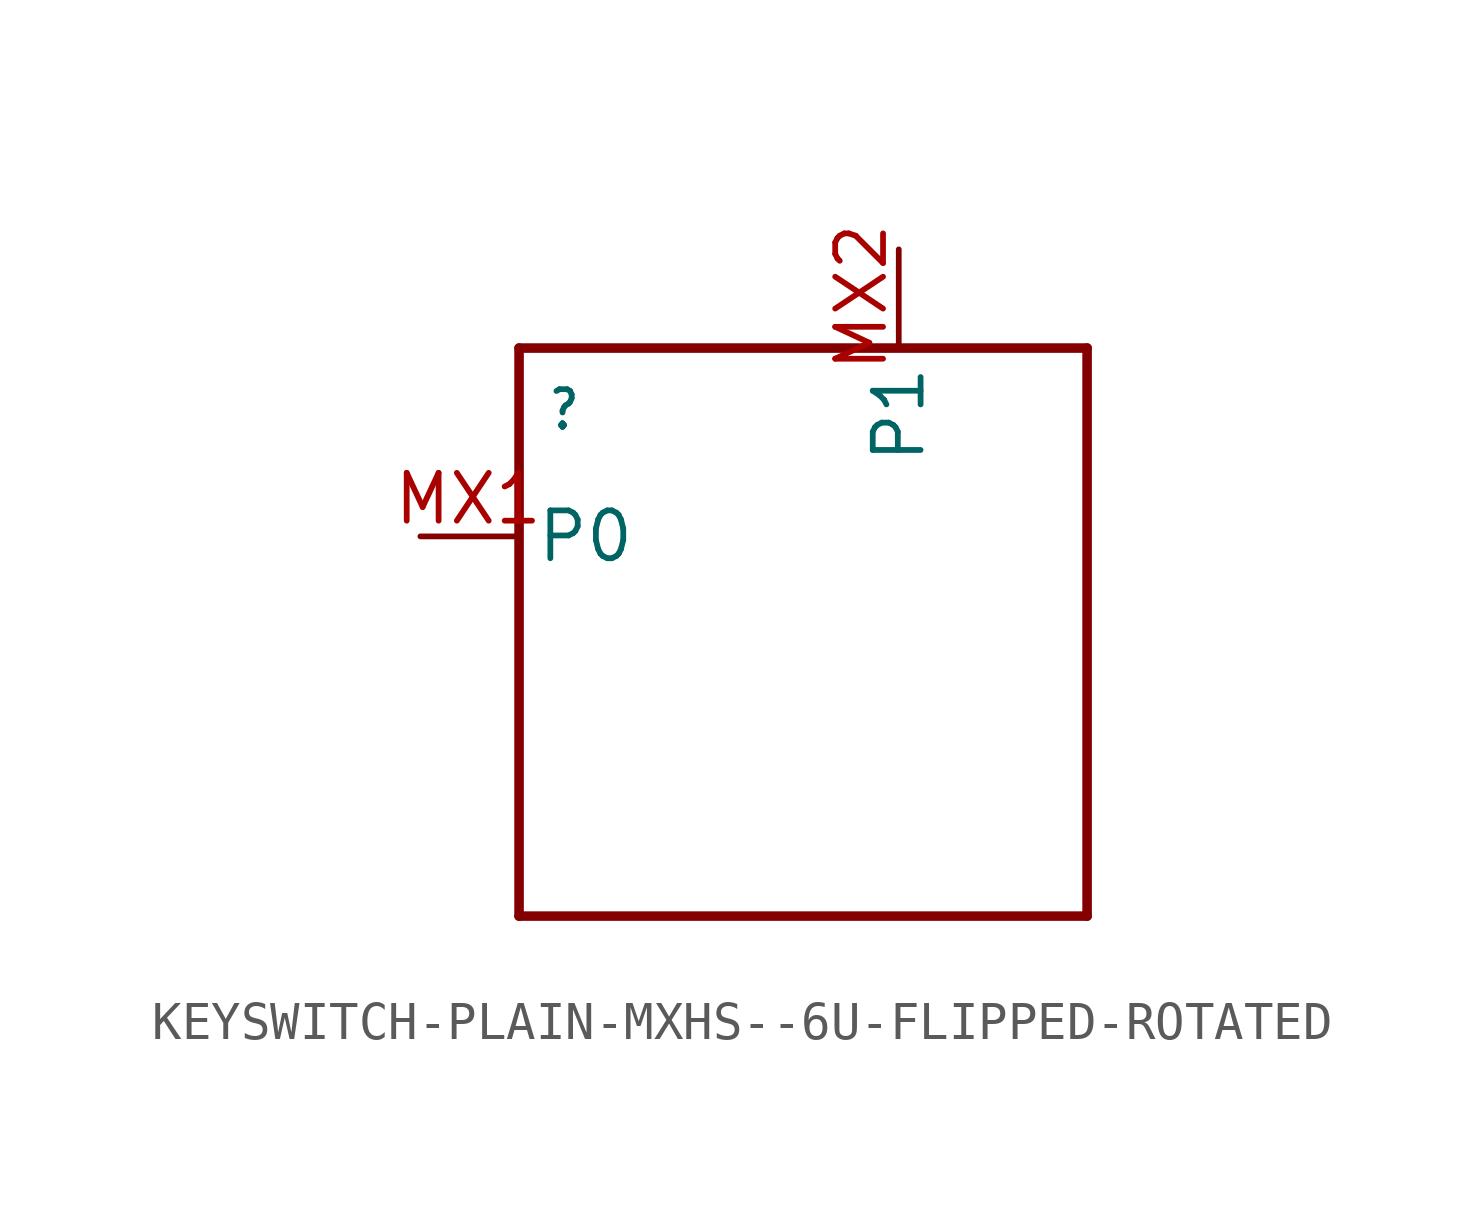
<source format=kicad_sym>
(kicad_symbol_lib
  (version 20211014)
  (generator kicad_symbol_editor)
  (symbol "KEYSWITCH-PLAIN-MXHS--6U-FLIPPED-ROTATED"
    (property "Reference" ""
      (at -6.81 5.318 0)
      (effects (font (size 1 0.85)) (justify left bottom)))
    (property "ki_locked" ""
      (at 0 0 0)
      (effects (font (size 1.27 1.27))))
    (symbol "KEYSWITCH-PLAIN-MXHS--6U-FLIPPED-ROTATED_1_0"
      (polyline (pts (xy -7.54 -7.54) (xy -7.54 7.54)) (stroke (width 0.254) (type default) (color 0 0 0 0)) (fill (type none)))
      (polyline (pts (xy -7.54 7.54) (xy 7.54 7.54)) (stroke (width 0.254) (type default) (color 0 0 0 0)) (fill (type none)))
      (polyline (pts (xy 7.54 -7.54) (xy -7.54 -7.54)) (stroke (width 0.254) (type default) (color 0 0 0 0)) (fill (type none)))
      (polyline (pts (xy 7.54 7.54) (xy 7.54 -7.54)) (stroke (width 0.254) (type default) (color 0 0 0 0)) (fill (type none)))
      (pin bidirectional line (at -10.16 2.54 0) (length 2.54) (name "P0" (effects (font (size 1.27 1.27)))) (number "MX1" (effects (font (size 1.27 1.27)))))
      (pin bidirectional line (at 2.54 10.16 270) (length 2.54) (name "P1" (effects (font (size 1.27 1.27)))) (number "MX2" (effects (font (size 1.27 1.27))))))))
</source>
